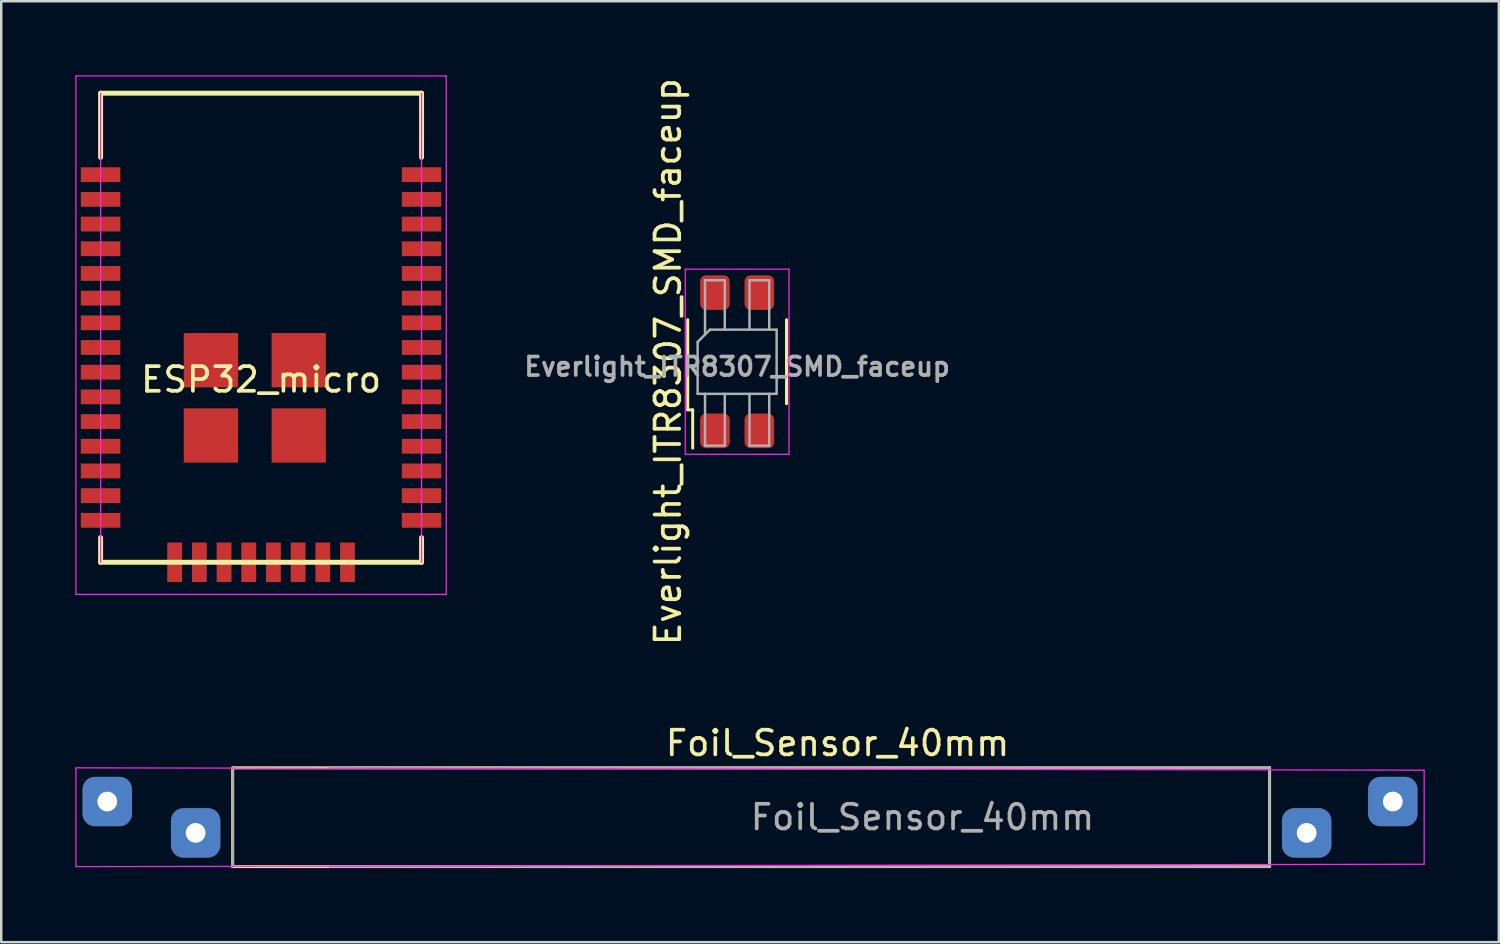
<source format=kicad_pcb>
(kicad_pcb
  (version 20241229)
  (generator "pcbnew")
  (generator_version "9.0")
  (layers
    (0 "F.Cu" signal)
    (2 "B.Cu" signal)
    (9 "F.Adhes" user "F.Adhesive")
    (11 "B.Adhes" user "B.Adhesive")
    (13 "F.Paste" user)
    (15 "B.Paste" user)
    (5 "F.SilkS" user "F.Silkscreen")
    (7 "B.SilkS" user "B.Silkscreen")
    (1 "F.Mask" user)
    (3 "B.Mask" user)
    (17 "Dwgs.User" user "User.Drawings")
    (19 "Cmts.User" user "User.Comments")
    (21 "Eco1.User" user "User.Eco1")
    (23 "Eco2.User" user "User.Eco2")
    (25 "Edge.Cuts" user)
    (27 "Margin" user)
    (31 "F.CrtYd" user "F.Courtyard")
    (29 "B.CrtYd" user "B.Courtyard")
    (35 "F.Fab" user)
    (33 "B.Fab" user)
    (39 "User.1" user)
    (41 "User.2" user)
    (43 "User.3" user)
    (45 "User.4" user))
  (footprint "Foil_Sensor_40mm"
    (layer "F.Cu")
    (at 6.375 30.051)
    (property "Reference" "Foil_Sensor_40mm" (at 24.5 -3 0) (layer "F.SilkS") (effects (font (size 1 1) (thickness 0.15))))
    (attr through_hole)
    (fp_line (start 0 -2) (end 0 2) (stroke (width 0.12) (type solid)) (layer "F.SilkS"))
    (fp_line (start 0 2) (end 42 2) (stroke (width 0.12) (type solid)) (layer "F.SilkS"))
    (fp_line (start 42 -2) (end 0 -2) (stroke (width 0.12) (type solid)) (layer "F.SilkS"))
    (fp_line (start 42 2) (end 42 -2) (stroke (width 0.12) (type solid)) (layer "F.SilkS"))
    (fp_line (start -6.35 -2) (end -6.35 2) (stroke (width 0.05) (type solid)) (layer "F.CrtYd"))
    (fp_line (start -6.35 2) (end 48.26 1.905) (stroke (width 0.05) (type solid)) (layer "F.CrtYd"))
    (fp_line (start 48.26 -1.905) (end -6.35 -2) (stroke (width 0.05) (type solid)) (layer "F.CrtYd"))
    (fp_line (start 48.26 1.905) (end 48.26 -1.905) (stroke (width 0.05) (type solid)) (layer "F.CrtYd"))
    (fp_line (start 0 -2) (end 0 2) (stroke (width 0.1) (type solid)) (layer "F.Fab"))
    (fp_line (start 3.94 2) (end 42 2) (stroke (width 0.1) (type solid)) (layer "F.Fab"))
    (fp_line (start 42 -2) (end 3.94 -2) (stroke (width 0.1) (type solid)) (layer "F.Fab"))
    (fp_line (start 42 2) (end 42 -2) (stroke (width 0.1) (type solid)) (layer "F.Fab"))
    (fp_text user "${REFERENCE}" (at 27.94 0 0) (layer "F.Fab") (effects (font (size 1 1) (thickness 0.15))))
    (pad "1" thru_hole roundrect (at -5.08 -0.635) (size 2 2) (drill 0.8) (layers "*.Cu" "*.Mask") (roundrect_rratio 0.25))
    (pad "2" thru_hole roundrect (at 46.99 -0.635) (size 2 2) (drill 0.8) (layers "*.Cu" "*.Mask") (roundrect_rratio 0.25))
    (pad "3" thru_hole roundrect (at -1.5 0.635) (size 2 2) (drill 0.8) (layers "*.Cu" "*.Mask") (roundrect_rratio 0.25))
    (pad "4" thru_hole roundrect (at 43.5 0.635) (size 2 2) (drill 0.8) (layers "*.Cu" "*.Mask") (roundrect_rratio 0.25)))
  (footprint "Everlight_ITR8307_SMD_faceup"
    (layer "F.Cu")
    (at 26.807 11.601)
    (property "Reference" "Everlight_ITR8307_SMD_faceup" (at -2.8 0 90) (layer "F.SilkS") (effects (font (size 1 1) (thickness 0.15))))
    (attr smd)
    (fp_line (start -2 1.95) (end -2 -1.7) (stroke (width 0.12) (type solid)) (layer "F.SilkS"))
    (fp_line (start -2 1.95) (end -1.8 1.95) (stroke (width 0.12) (type solid)) (layer "F.SilkS"))
    (fp_line (start -1.8 3.5) (end -1.8 1.95) (stroke (width 0.12) (type solid)) (layer "F.SilkS"))
    (fp_line (start 2 1.7) (end 2 -1.7) (stroke (width 0.12) (type solid)) (layer "F.SilkS"))
    (fp_line (start -2.1 -3.75) (end -2.1 3.75) (stroke (width 0.05) (type solid)) (layer "F.CrtYd"))
    (fp_line (start -2.1 -3.75) (end 2.1 -3.75) (stroke (width 0.05) (type solid)) (layer "F.CrtYd"))
    (fp_line (start 2.1 3.75) (end -2.1 3.75) (stroke (width 0.05) (type solid)) (layer "F.CrtYd"))
    (fp_line (start 2.1 3.75) (end 2.1 -3.75) (stroke (width 0.05) (type solid)) (layer "F.CrtYd"))
    (fp_line (start -1.6 -0.8) (end -1.1 -1.3) (stroke (width 0.1) (type solid)) (layer "F.Fab"))
    (fp_line (start -1.6 1.3) (end -1.6 -0.8) (stroke (width 0.1) (type solid)) (layer "F.Fab"))
    (fp_line (start -1.3 -3.3) (end -1.3 -1.1) (stroke (width 0.1) (type solid)) (layer "F.Fab"))
    (fp_line (start -1.3 -3.3) (end -0.5 -3.3) (stroke (width 0.1) (type solid)) (layer "F.Fab"))
    (fp_line (start -1.3 3.4) (end -1.3 1.3) (stroke (width 0.1) (type solid)) (layer "F.Fab"))
    (fp_line (start -1.1 -1.3) (end 1.6 -1.3) (stroke (width 0.1) (type solid)) (layer "F.Fab"))
    (fp_line (start -0.5 -3.3) (end -0.5 -1.3) (stroke (width 0.1) (type solid)) (layer "F.Fab"))
    (fp_line (start -0.5 1.3) (end -0.5 3.4) (stroke (width 0.1) (type solid)) (layer "F.Fab"))
    (fp_line (start -0.5 3.4) (end -1.3 3.4) (stroke (width 0.1) (type solid)) (layer "F.Fab"))
    (fp_line (start 0.5 -3.3) (end 1.3 -3.3) (stroke (width 0.1) (type solid)) (layer "F.Fab"))
    (fp_line (start 0.5 -1.3) (end 0.5 -3.3) (stroke (width 0.1) (type solid)) (layer "F.Fab"))
    (fp_line (start 0.5 1.3) (end 0.5 3.4) (stroke (width 0.1) (type solid)) (layer "F.Fab"))
    (fp_line (start 0.5 3.4) (end 1.3 3.4) (stroke (width 0.1) (type solid)) (layer "F.Fab"))
    (fp_line (start 1.3 -3.3) (end 1.3 -1.3) (stroke (width 0.1) (type solid)) (layer "F.Fab"))
    (fp_line (start 1.3 3.4) (end 1.3 1.3) (stroke (width 0.1) (type solid)) (layer "F.Fab"))
    (fp_line (start 1.6 -1.3) (end 1.6 1.3) (stroke (width 0.1) (type solid)) (layer "F.Fab"))
    (fp_line (start 1.6 1.3) (end -1.6 1.3) (stroke (width 0.1) (type solid)) (layer "F.Fab"))
    (fp_text user "${REFERENCE}" (at 0 0.2 0) (layer "F.Fab") (effects (font (size 0.75 0.75) (thickness 0.15))))
    (pad "1" smd roundrect (at -0.9 2.8) (size 1.2 1.4) (layers "F.Cu" "F.Mask" "F.Paste") (roundrect_rratio 0.2))
    (pad "2" smd roundrect (at -0.9 -2.8) (size 1.2 1.4) (layers "F.Cu" "F.Mask" "F.Paste") (roundrect_rratio 0.2))
    (pad "3" smd roundrect (at 0.9 2.8) (size 1.2 1.4) (layers "F.Cu" "F.Mask" "F.Paste") (roundrect_rratio 0.2))
    (pad "4" smd roundrect (at 0.9 -2.8) (size 1.2 1.4) (layers "F.Cu" "F.Mask" "F.Paste") (roundrect_rratio 0.2)))
  (footprint "ESP32_micro"
    (layer "F.Cu")
    (at 7.525 10.525)
    (property "Reference" "ESP32_micro" (at 0 1.8 0) (layer "F.SilkS") (effects (font (size 1 1) (thickness 0.15))))
    (attr through_hole)
    (fp_poly (pts (xy -3.2 -0.2) (xy 2.8 -0.2) (xy 2.8 5.2) (xy -3.2 5.2)) (stroke (width 0.15) (type solid)) (fill yes) (layer "F.Mask"))
    (fp_line (start -6.5 -9.8) (end 6.5 -9.8) (stroke (width 0.2) (type solid)) (layer "F.SilkS"))
    (fp_line (start -6.5 -7.2) (end -6.5 -9.8) (stroke (width 0.2) (type solid)) (layer "F.SilkS"))
    (fp_line (start -6.5 9.2) (end -6.5 8.2) (stroke (width 0.2) (type solid)) (layer "F.SilkS"))
    (fp_line (start 6.5 -9.8) (end 6.5 -7.2) (stroke (width 0.2) (type solid)) (layer "F.SilkS"))
    (fp_line (start 6.5 8.2) (end 6.5 9.2) (stroke (width 0.2) (type solid)) (layer "F.SilkS"))
    (fp_line (start 6.5 9.2) (end -6.5 9.2) (stroke (width 0.2) (type solid)) (layer "F.SilkS"))
    (fp_line (start -7.5 -10.5) (end -7.5 10.5) (stroke (width 0.05) (type solid)) (layer "F.CrtYd"))
    (fp_line (start -7.5 -10.5) (end 7.5 -10.5) (stroke (width 0.05) (type solid)) (layer "F.CrtYd"))
    (fp_line (start -7.5 10.5) (end 7.5 10.5) (stroke (width 0.05) (type solid)) (layer "F.CrtYd"))
    (fp_line (start -6.5 9.2) (end -6.5 -9.8) (stroke (width 0.05) (type solid)) (layer "F.CrtYd"))
    (fp_line (start 6.5 -9.8) (end 6.5 9.2) (stroke (width 0.05) (type solid)) (layer "F.CrtYd"))
    (fp_line (start 7.5 10.5) (end 7.5 -10.5) (stroke (width 0.05) (type solid)) (layer "F.CrtYd"))
    (pad "1" smd rect (at -6.5 -6.5) (size 1.6 0.6) (layers "F.Cu" "F.Mask" "F.Paste"))
    (pad "2" smd rect (at -6.5 -5.5) (size 1.6 0.6) (layers "F.Cu" "F.Mask" "F.Paste"))
    (pad "3" smd rect (at -6.5 -4.5) (size 1.6 0.6) (layers "F.Cu" "F.Mask" "F.Paste"))
    (pad "4" smd rect (at -6.5 -3.5) (size 1.6 0.6) (layers "F.Cu" "F.Mask" "F.Paste"))
    (pad "5" smd rect (at -6.5 -2.5) (size 1.6 0.6) (layers "F.Cu" "F.Mask" "F.Paste"))
    (pad "6" smd rect (at -6.5 -1.5) (size 1.6 0.6) (layers "F.Cu" "F.Mask" "F.Paste"))
    (pad "7" smd rect (at -6.5 -0.5) (size 1.6 0.6) (layers "F.Cu" "F.Mask" "F.Paste"))
    (pad "8" smd rect (at -6.5 0.5) (size 1.6 0.6) (layers "F.Cu" "F.Mask" "F.Paste"))
    (pad "9" smd rect (at -6.5 1.5) (size 1.6 0.6) (layers "F.Cu" "F.Mask" "F.Paste"))
    (pad "10" smd rect (at -6.5 2.5) (size 1.6 0.6) (layers "F.Cu" "F.Mask" "F.Paste"))
    (pad "11" smd rect (at -6.5 3.5) (size 1.6 0.6) (layers "F.Cu" "F.Mask" "F.Paste"))
    (pad "12" smd rect (at -6.5 4.5) (size 1.6 0.6) (layers "F.Cu" "F.Mask" "F.Paste"))
    (pad "13" smd rect (at -6.5 5.5) (size 1.6 0.6) (layers "F.Cu" "F.Mask" "F.Paste"))
    (pad "14" smd rect (at -6.5 6.5) (size 1.6 0.6) (layers "F.Cu" "F.Mask" "F.Paste"))
    (pad "15" smd rect (at -6.5 7.5) (size 1.6 0.6) (layers "F.Cu" "F.Mask" "F.Paste"))
    (pad "16" smd rect (at -3.5 9.2 90) (size 1.6 0.6) (layers "F.Cu" "F.Mask" "F.Paste"))
    (pad "17" smd rect (at -2.5 9.2 90) (size 1.6 0.6) (layers "F.Cu" "F.Mask" "F.Paste"))
    (pad "18" smd rect (at -1.5 9.2 90) (size 1.6 0.6) (layers "F.Cu" "F.Mask" "F.Paste"))
    (pad "19" smd rect (at -0.5 9.2 90) (size 1.6 0.6) (layers "F.Cu" "F.Mask" "F.Paste"))
    (pad "20" smd rect (at 0.5 9.2 90) (size 1.6 0.6) (layers "F.Cu" "F.Mask" "F.Paste"))
    (pad "21" smd rect (at 1.5 9.2 90) (size 1.6 0.6) (layers "F.Cu" "F.Mask" "F.Paste"))
    (pad "22" smd rect (at 2.5 9.2 90) (size 1.6 0.6) (layers "F.Cu" "F.Mask" "F.Paste"))
    (pad "23" smd rect (at 3.5 9.2 90) (size 1.6 0.6) (layers "F.Cu" "F.Mask" "F.Paste"))
    (pad "24" smd rect (at 6.5 7.5) (size 1.6 0.6) (layers "F.Cu" "F.Mask" "F.Paste"))
    (pad "25" smd rect (at 6.5 6.5) (size 1.6 0.6) (layers "F.Cu" "F.Mask" "F.Paste"))
    (pad "26" smd rect (at 6.5 5.5) (size 1.6 0.6) (layers "F.Cu" "F.Mask" "F.Paste"))
    (pad "27" smd rect (at 6.5 4.5) (size 1.6 0.6) (layers "F.Cu" "F.Mask" "F.Paste"))
    (pad "28" smd rect (at 6.5 3.5) (size 1.6 0.6) (layers "F.Cu" "F.Mask" "F.Paste"))
    (pad "29" smd rect (at 6.5 2.5) (size 1.6 0.6) (layers "F.Cu" "F.Mask" "F.Paste"))
    (pad "30" smd rect (at 6.5 1.5) (size 1.6 0.6) (layers "F.Cu" "F.Mask" "F.Paste"))
    (pad "31" smd rect (at 6.5 0.5) (size 1.6 0.6) (layers "F.Cu" "F.Mask" "F.Paste"))
    (pad "32" smd rect (at 6.5 -0.5) (size 1.6 0.6) (layers "F.Cu" "F.Mask" "F.Paste"))
    (pad "33" smd rect (at 6.5 -1.5) (size 1.6 0.6) (layers "F.Cu" "F.Mask" "F.Paste"))
    (pad "34" smd rect (at 6.5 -2.5) (size 1.6 0.6) (layers "F.Cu" "F.Mask" "F.Paste"))
    (pad "35" smd rect (at 6.5 -3.5) (size 1.6 0.6) (layers "F.Cu" "F.Mask" "F.Paste"))
    (pad "36" smd rect (at 6.5 -4.5) (size 1.6 0.6) (layers "F.Cu" "F.Mask" "F.Paste"))
    (pad "37" smd rect (at 6.5 -5.5) (size 1.6 0.6) (layers "F.Cu" "F.Mask" "F.Paste"))
    (pad "38" smd rect (at 6.5 -6.5) (size 1.6 0.6) (layers "F.Cu" "F.Mask" "F.Paste"))
    (pad "39" smd rect (at -2.032 1.016) (size 2.2 2.2) (layers "F.Cu" "F.Mask" "F.Paste"))
    (pad "39" smd rect (at -2.032 4.064) (size 2.2 2.2) (layers "F.Cu" "F.Mask" "F.Paste"))
    (pad "39" smd rect (at 1.524 1.016) (size 2.2 2.2) (layers "F.Cu" "F.Mask" "F.Paste"))
    (pad "39" smd rect (at 1.524 4.064) (size 2.2 2.2) (layers "F.Cu" "F.Mask" "F.Paste")))
  (gr_rect
    (start -3 -3)
    (end 57.66 35.111)
    (stroke (width 0.1) (type default))
    (fill no)
    (layer "Edge.Cuts")))
</source>
